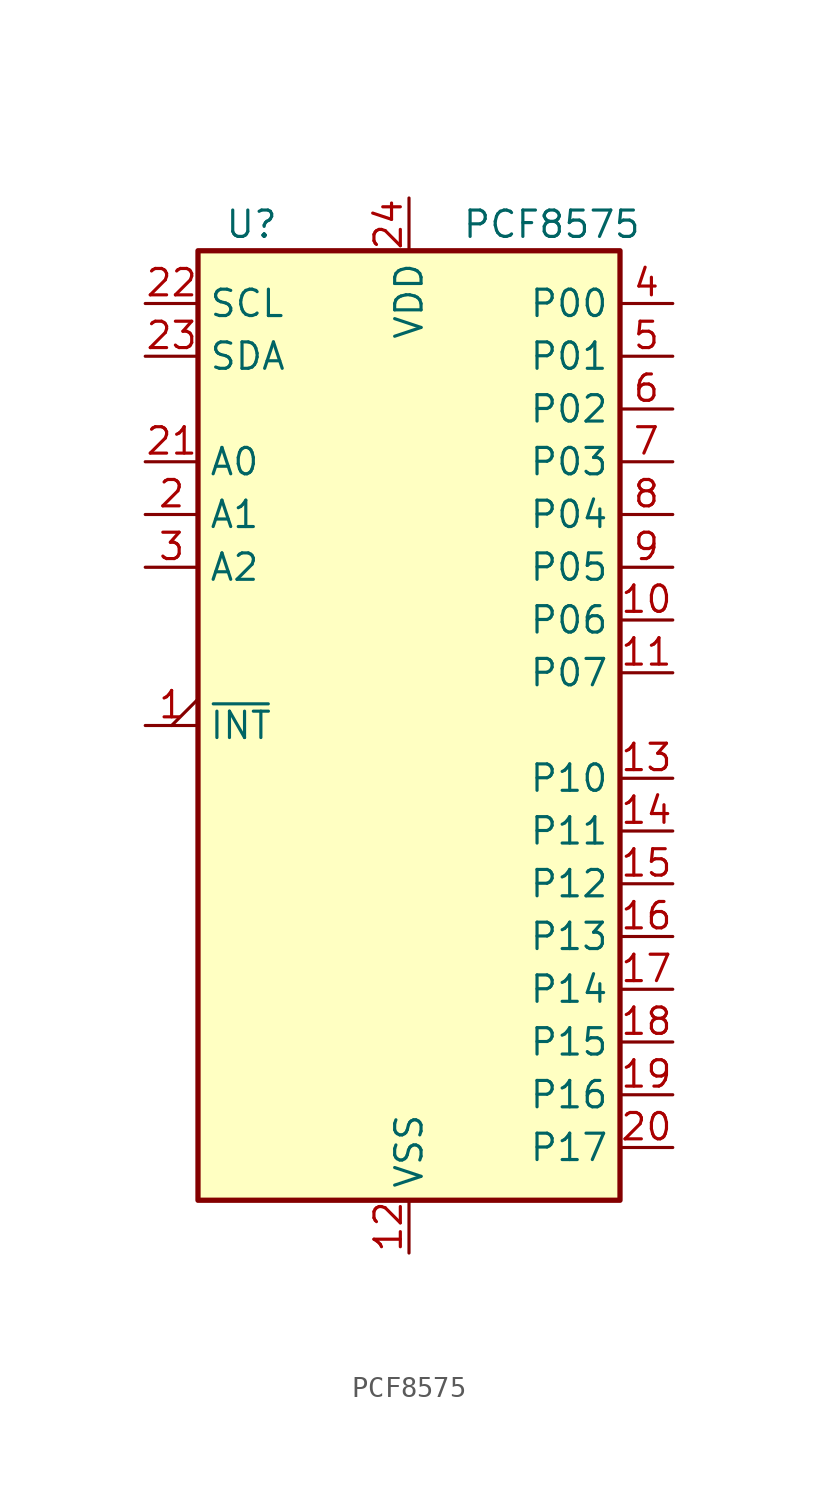
<source format=kicad_sym>
(kicad_symbol_lib
  (version 20211014)
  (generator kicad_symbol_editor)
  (symbol "PCF8575"
    (property "Reference" "U"
      (at -8.89 24.13 0)
      (effects (font (size 1.27 1.27)) (justify left)))
    (property "Value" "PCF8575"
      (at 2.54 24.13 0)
      (effects (font (size 1.27 1.27)) (justify left)))
    (symbol "PCF8575_0_1"
      (rectangle (start -10.16 22.86) (end 10.16 -22.86) (stroke (width 0.254) (type default) (color 0 0 0 0)) (fill (type background))))
    (symbol "PCF8575_1_1"
      (pin open_collector output_low (at -12.7 0 0) (length 2.54) (name "~{INT}" (effects (font (size 1.27 1.27)))) (number "1" (effects (font (size 1.27 1.27)))))
      (pin bidirectional line (at 12.7 5.08 180) (length 2.54) (name "P06" (effects (font (size 1.27 1.27)))) (number "10" (effects (font (size 1.27 1.27)))))
      (pin bidirectional line (at 12.7 2.54 180) (length 2.54) (name "P07" (effects (font (size 1.27 1.27)))) (number "11" (effects (font (size 1.27 1.27)))))
      (pin power_in line (at 0 -25.4 90) (length 2.54) (name "VSS" (effects (font (size 1.27 1.27)))) (number "12" (effects (font (size 1.27 1.27)))))
      (pin bidirectional line (at 12.7 -2.54 180) (length 2.54) (name "P10" (effects (font (size 1.27 1.27)))) (number "13" (effects (font (size 1.27 1.27)))))
      (pin bidirectional line (at 12.7 -5.08 180) (length 2.54) (name "P11" (effects (font (size 1.27 1.27)))) (number "14" (effects (font (size 1.27 1.27)))))
      (pin bidirectional line (at 12.7 -7.62 180) (length 2.54) (name "P12" (effects (font (size 1.27 1.27)))) (number "15" (effects (font (size 1.27 1.27)))))
      (pin bidirectional line (at 12.7 -10.16 180) (length 2.54) (name "P13" (effects (font (size 1.27 1.27)))) (number "16" (effects (font (size 1.27 1.27)))))
      (pin bidirectional line (at 12.7 -12.7 180) (length 2.54) (name "P14" (effects (font (size 1.27 1.27)))) (number "17" (effects (font (size 1.27 1.27)))))
      (pin bidirectional line (at 12.7 -15.24 180) (length 2.54) (name "P15" (effects (font (size 1.27 1.27)))) (number "18" (effects (font (size 1.27 1.27)))))
      (pin bidirectional line (at 12.7 -17.78 180) (length 2.54) (name "P16" (effects (font (size 1.27 1.27)))) (number "19" (effects (font (size 1.27 1.27)))))
      (pin input line (at -12.7 10.16 0) (length 2.54) (name "A1" (effects (font (size 1.27 1.27)))) (number "2" (effects (font (size 1.27 1.27)))))
      (pin bidirectional line (at 12.7 -20.32 180) (length 2.54) (name "P17" (effects (font (size 1.27 1.27)))) (number "20" (effects (font (size 1.27 1.27)))))
      (pin input line (at -12.7 12.7 0) (length 2.54) (name "A0" (effects (font (size 1.27 1.27)))) (number "21" (effects (font (size 1.27 1.27)))))
      (pin input line (at -12.7 20.32 0) (length 2.54) (name "SCL" (effects (font (size 1.27 1.27)))) (number "22" (effects (font (size 1.27 1.27)))))
      (pin bidirectional line (at -12.7 17.78 0) (length 2.54) (name "SDA" (effects (font (size 1.27 1.27)))) (number "23" (effects (font (size 1.27 1.27)))))
      (pin power_in line (at 0 25.4 270) (length 2.54) (name "VDD" (effects (font (size 1.27 1.27)))) (number "24" (effects (font (size 1.27 1.27)))))
      (pin input line (at -12.7 7.62 0) (length 2.54) (name "A2" (effects (font (size 1.27 1.27)))) (number "3" (effects (font (size 1.27 1.27)))))
      (pin bidirectional line (at 12.7 20.32 180) (length 2.54) (name "P00" (effects (font (size 1.27 1.27)))) (number "4" (effects (font (size 1.27 1.27)))))
      (pin bidirectional line (at 12.7 17.78 180) (length 2.54) (name "P01" (effects (font (size 1.27 1.27)))) (number "5" (effects (font (size 1.27 1.27)))))
      (pin bidirectional line (at 12.7 15.24 180) (length 2.54) (name "P02" (effects (font (size 1.27 1.27)))) (number "6" (effects (font (size 1.27 1.27)))))
      (pin bidirectional line (at 12.7 12.7 180) (length 2.54) (name "P03" (effects (font (size 1.27 1.27)))) (number "7" (effects (font (size 1.27 1.27)))))
      (pin bidirectional line (at 12.7 10.16 180) (length 2.54) (name "P04" (effects (font (size 1.27 1.27)))) (number "8" (effects (font (size 1.27 1.27)))))
      (pin bidirectional line (at 12.7 7.62 180) (length 2.54) (name "P05" (effects (font (size 1.27 1.27)))) (number "9" (effects (font (size 1.27 1.27))))))))
</source>
